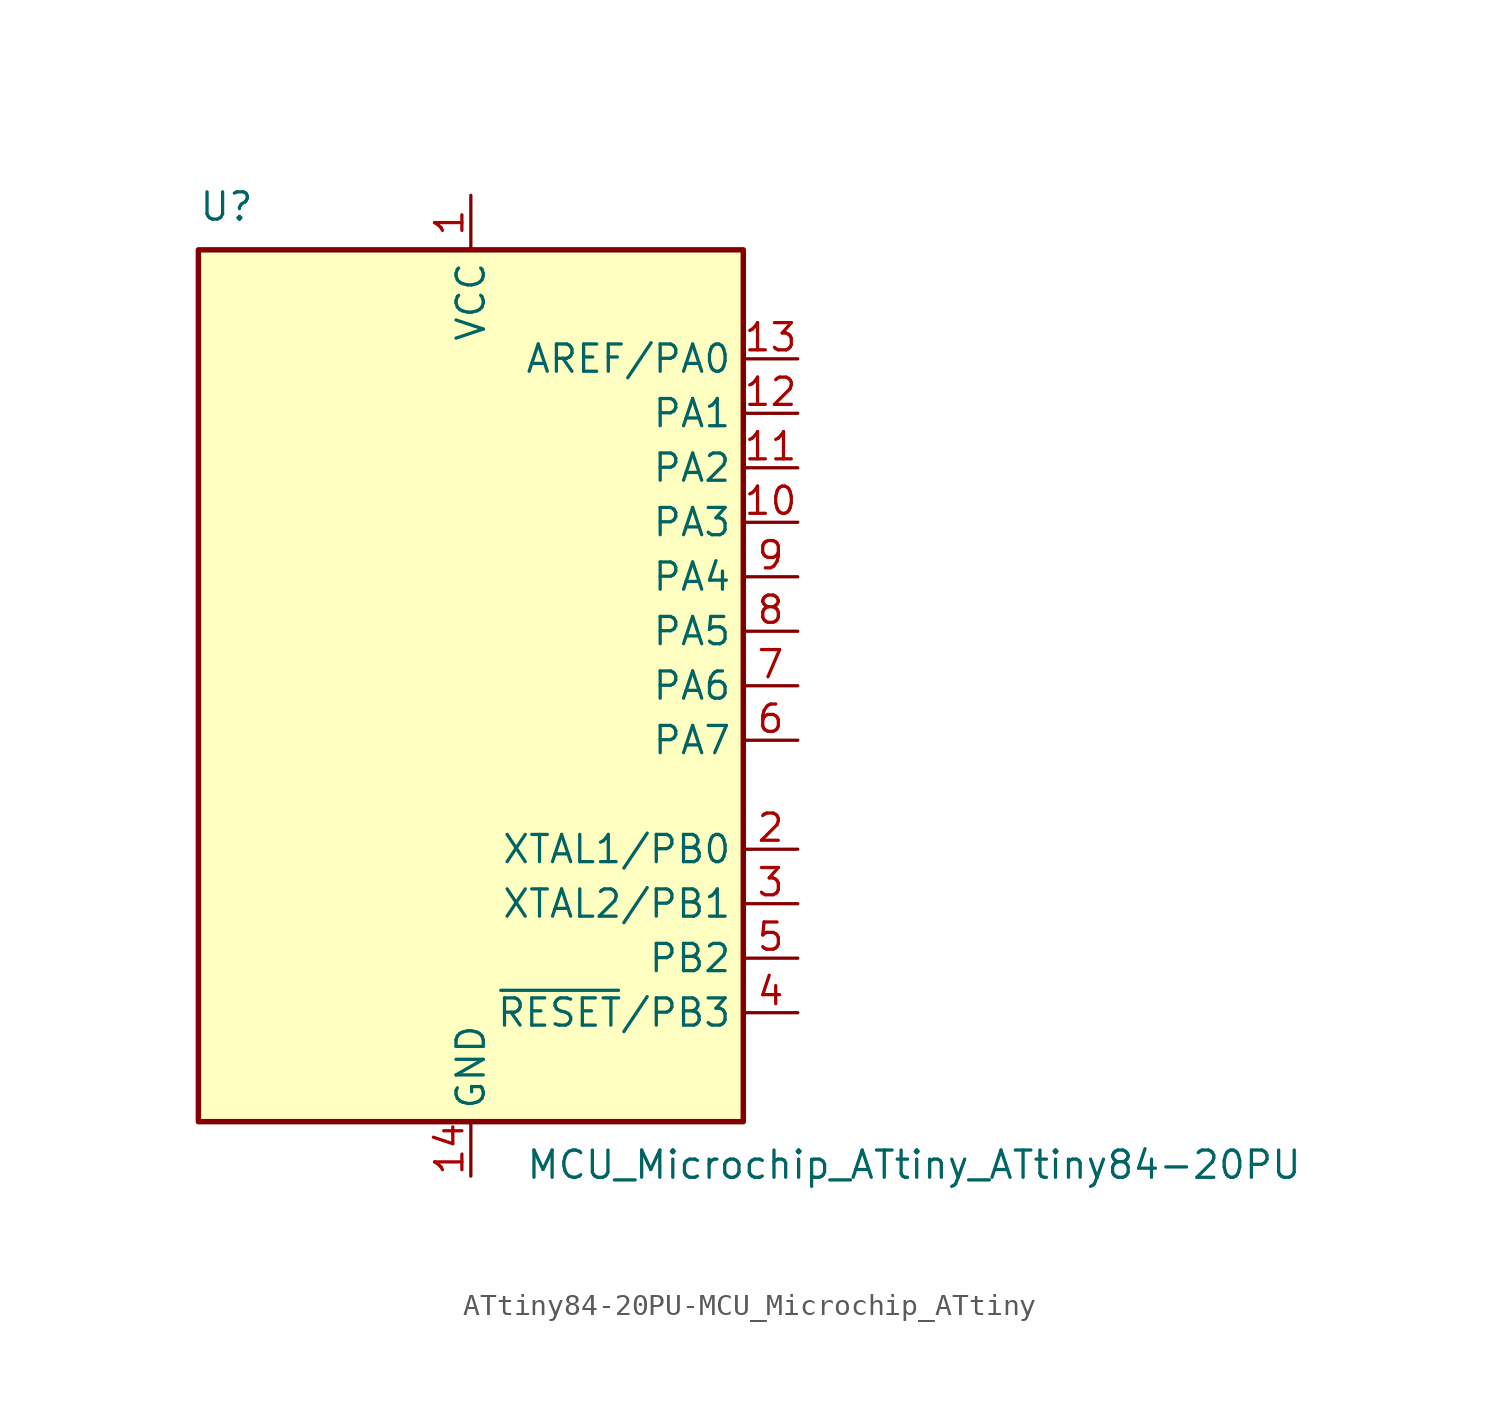
<source format=kicad_sym>
(kicad_symbol_lib
  (version 20241209)
  (generator "kicad_symbol_editor")
  (generator_version "9.0")
  (symbol "ATtiny84-20PU-MCU_Microchip_ATtiny"
    (property "Reference" "U"
      (at -12.7 21.59 0)
      (effects (font (size 1.27 1.27)) (justify left bottom)))
    (property "Value" "MCU_Microchip_ATtiny_ATtiny84-20PU"
      (at 2.54 -21.59 0)
      (effects (font (size 1.27 1.27)) (justify left top)))
    (symbol "ATtiny84-20PU-MCU_Microchip_ATtiny_0_1"
      (rectangle (start -12.7 -20.32) (end 12.7 20.32) (stroke (width 0.254) (type solid)) (fill (type background))))
    (symbol "ATtiny84-20PU-MCU_Microchip_ATtiny_1_1"
      (pin power_in line (at 0 22.86 270) (length 2.54) (name "VCC" (effects (font (size 1.27 1.27)))) (number "1" (effects (font (size 1.27 1.27)))))
      (pin power_in line (at 0 -22.86 90) (length 2.54) (name "GND" (effects (font (size 1.27 1.27)))) (number "14" (effects (font (size 1.27 1.27)))))
      (pin bidirectional line (at 15.24 15.24 180) (length 2.54) (name "AREF/PA0" (effects (font (size 1.27 1.27)))) (number "13" (effects (font (size 1.27 1.27)))))
      (pin bidirectional line (at 15.24 12.7 180) (length 2.54) (name "PA1" (effects (font (size 1.27 1.27)))) (number "12" (effects (font (size 1.27 1.27)))))
      (pin bidirectional line (at 15.24 10.16 180) (length 2.54) (name "PA2" (effects (font (size 1.27 1.27)))) (number "11" (effects (font (size 1.27 1.27)))))
      (pin bidirectional line (at 15.24 7.62 180) (length 2.54) (name "PA3" (effects (font (size 1.27 1.27)))) (number "10" (effects (font (size 1.27 1.27)))))
      (pin bidirectional line (at 15.24 5.08 180) (length 2.54) (name "PA4" (effects (font (size 1.27 1.27)))) (number "9" (effects (font (size 1.27 1.27)))))
      (pin bidirectional line (at 15.24 2.54 180) (length 2.54) (name "PA5" (effects (font (size 1.27 1.27)))) (number "8" (effects (font (size 1.27 1.27)))))
      (pin bidirectional line (at 15.24 0 180) (length 2.54) (name "PA6" (effects (font (size 1.27 1.27)))) (number "7" (effects (font (size 1.27 1.27)))))
      (pin bidirectional line (at 15.24 -2.54 180) (length 2.54) (name "PA7" (effects (font (size 1.27 1.27)))) (number "6" (effects (font (size 1.27 1.27)))))
      (pin bidirectional line (at 15.24 -7.62 180) (length 2.54) (name "XTAL1/PB0" (effects (font (size 1.27 1.27)))) (number "2" (effects (font (size 1.27 1.27)))))
      (pin bidirectional line (at 15.24 -10.16 180) (length 2.54) (name "XTAL2/PB1" (effects (font (size 1.27 1.27)))) (number "3" (effects (font (size 1.27 1.27)))))
      (pin bidirectional line (at 15.24 -12.7 180) (length 2.54) (name "PB2" (effects (font (size 1.27 1.27)))) (number "5" (effects (font (size 1.27 1.27)))))
      (pin bidirectional line (at 15.24 -15.24 180) (length 2.54) (name "~{RESET}/PB3" (effects (font (size 1.27 1.27)))) (number "4" (effects (font (size 1.27 1.27))))))))
</source>
